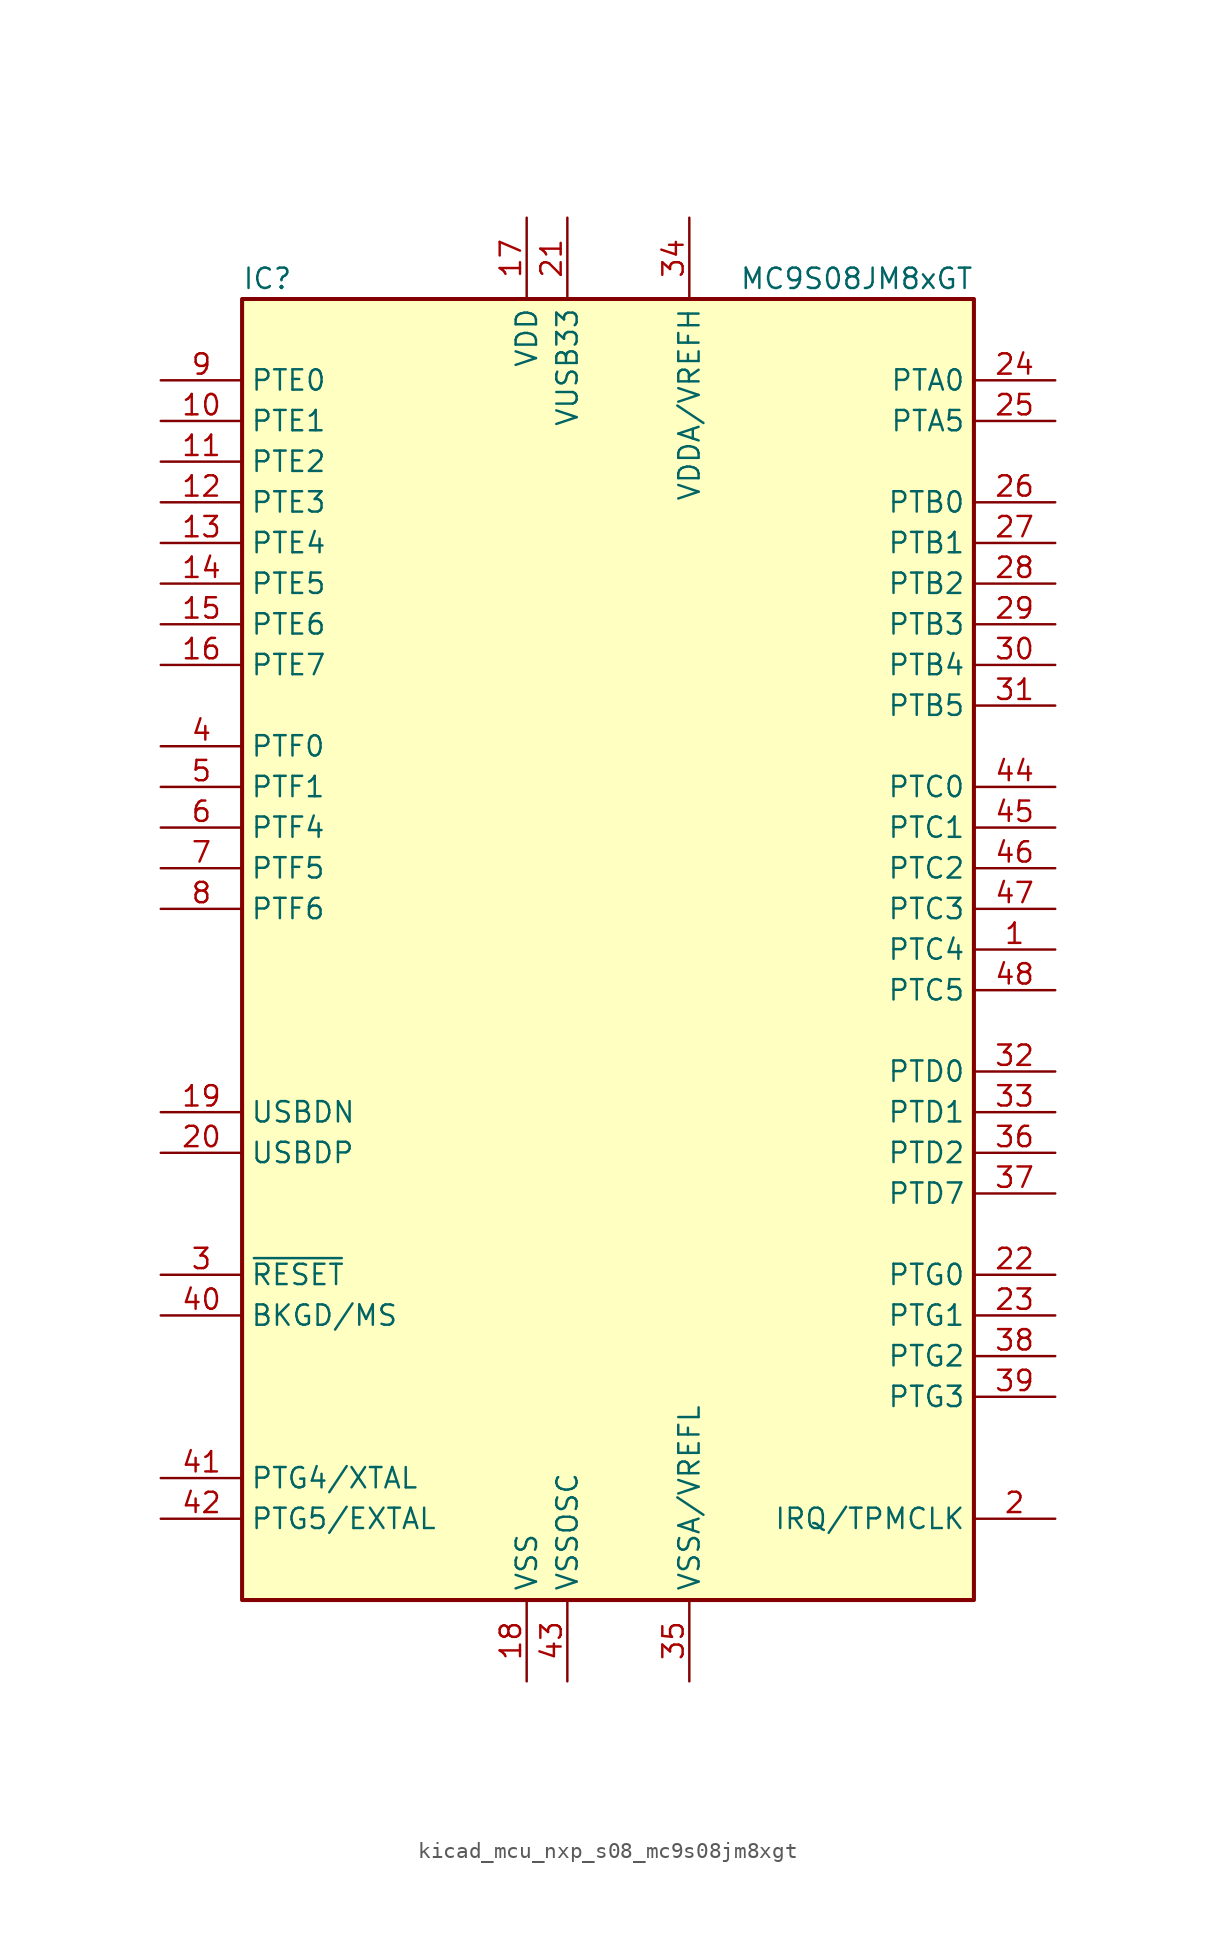
<source format=kicad_sym>
(kicad_symbol_lib
  (version 20220914)
  (generator kicad_symbol_editor)
  (symbol "kicad_mcu_nxp_s08_mc9s08jm8xgt"
    (property "Reference" "IC"
      (at -22.86 41.91 0)
      (effects (font (size 1.27 1.27)) (justify left)))
    (property "Value" "MC9S08JM8xGT"
      (at 22.86 41.91 0)
      (effects (font (size 1.27 1.27)) (justify right)))
    (symbol "kicad_mcu_nxp_s08_mc9s08jm8xgt_0_1"
      (rectangle (start -22.86 40.64) (end 22.86 -40.64) (stroke (width 0.254) (type default)) (fill (type background))))
    (symbol "kicad_mcu_nxp_s08_mc9s08jm8xgt_1_1"
      (pin bidirectional line (at 27.94 0 180) (length 5.08) (name "PTC4" (effects (font (size 1.27 1.27)))) (number "1" (effects (font (size 1.27 1.27)))))
      (pin bidirectional line (at -27.94 33.02 0) (length 5.08) (name "PTE1" (effects (font (size 1.27 1.27)))) (number "10" (effects (font (size 1.27 1.27)))))
      (pin bidirectional line (at -27.94 30.48 0) (length 5.08) (name "PTE2" (effects (font (size 1.27 1.27)))) (number "11" (effects (font (size 1.27 1.27)))))
      (pin bidirectional line (at -27.94 27.94 0) (length 5.08) (name "PTE3" (effects (font (size 1.27 1.27)))) (number "12" (effects (font (size 1.27 1.27)))))
      (pin bidirectional line (at -27.94 25.4 0) (length 5.08) (name "PTE4" (effects (font (size 1.27 1.27)))) (number "13" (effects (font (size 1.27 1.27)))))
      (pin bidirectional line (at -27.94 22.86 0) (length 5.08) (name "PTE5" (effects (font (size 1.27 1.27)))) (number "14" (effects (font (size 1.27 1.27)))))
      (pin bidirectional line (at -27.94 20.32 0) (length 5.08) (name "PTE6" (effects (font (size 1.27 1.27)))) (number "15" (effects (font (size 1.27 1.27)))))
      (pin bidirectional line (at -27.94 17.78 0) (length 5.08) (name "PTE7" (effects (font (size 1.27 1.27)))) (number "16" (effects (font (size 1.27 1.27)))))
      (pin power_in line (at -5.08 45.72 270) (length 5.08) (name "VDD" (effects (font (size 1.27 1.27)))) (number "17" (effects (font (size 1.27 1.27)))))
      (pin power_in line (at -5.08 -45.72 90) (length 5.08) (name "VSS" (effects (font (size 1.27 1.27)))) (number "18" (effects (font (size 1.27 1.27)))))
      (pin bidirectional line (at -27.94 -10.16 0) (length 5.08) (name "USBDN" (effects (font (size 1.27 1.27)))) (number "19" (effects (font (size 1.27 1.27)))))
      (pin bidirectional line (at 27.94 -35.56 180) (length 5.08) (name "IRQ/TPMCLK" (effects (font (size 1.27 1.27)))) (number "2" (effects (font (size 1.27 1.27)))))
      (pin bidirectional line (at -27.94 -12.7 0) (length 5.08) (name "USBDP" (effects (font (size 1.27 1.27)))) (number "20" (effects (font (size 1.27 1.27)))))
      (pin power_out line (at -2.54 45.72 270) (length 5.08) (name "VUSB33" (effects (font (size 1.27 1.27)))) (number "21" (effects (font (size 1.27 1.27)))))
      (pin bidirectional line (at 27.94 -20.32 180) (length 5.08) (name "PTG0" (effects (font (size 1.27 1.27)))) (number "22" (effects (font (size 1.27 1.27)))))
      (pin bidirectional line (at 27.94 -22.86 180) (length 5.08) (name "PTG1" (effects (font (size 1.27 1.27)))) (number "23" (effects (font (size 1.27 1.27)))))
      (pin bidirectional line (at 27.94 35.56 180) (length 5.08) (name "PTA0" (effects (font (size 1.27 1.27)))) (number "24" (effects (font (size 1.27 1.27)))))
      (pin bidirectional line (at 27.94 33.02 180) (length 5.08) (name "PTA5" (effects (font (size 1.27 1.27)))) (number "25" (effects (font (size 1.27 1.27)))))
      (pin bidirectional line (at 27.94 27.94 180) (length 5.08) (name "PTB0" (effects (font (size 1.27 1.27)))) (number "26" (effects (font (size 1.27 1.27)))))
      (pin bidirectional line (at 27.94 25.4 180) (length 5.08) (name "PTB1" (effects (font (size 1.27 1.27)))) (number "27" (effects (font (size 1.27 1.27)))))
      (pin bidirectional line (at 27.94 22.86 180) (length 5.08) (name "PTB2" (effects (font (size 1.27 1.27)))) (number "28" (effects (font (size 1.27 1.27)))))
      (pin bidirectional line (at 27.94 20.32 180) (length 5.08) (name "PTB3" (effects (font (size 1.27 1.27)))) (number "29" (effects (font (size 1.27 1.27)))))
      (pin input line (at -27.94 -20.32 0) (length 5.08) (name "~{RESET}" (effects (font (size 1.27 1.27)))) (number "3" (effects (font (size 1.27 1.27)))))
      (pin bidirectional line (at 27.94 17.78 180) (length 5.08) (name "PTB4" (effects (font (size 1.27 1.27)))) (number "30" (effects (font (size 1.27 1.27)))))
      (pin bidirectional line (at 27.94 15.24 180) (length 5.08) (name "PTB5" (effects (font (size 1.27 1.27)))) (number "31" (effects (font (size 1.27 1.27)))))
      (pin bidirectional line (at 27.94 -7.62 180) (length 5.08) (name "PTD0" (effects (font (size 1.27 1.27)))) (number "32" (effects (font (size 1.27 1.27)))))
      (pin bidirectional line (at 27.94 -10.16 180) (length 5.08) (name "PTD1" (effects (font (size 1.27 1.27)))) (number "33" (effects (font (size 1.27 1.27)))))
      (pin power_in line (at 5.08 45.72 270) (length 5.08) (name "VDDA/VREFH" (effects (font (size 1.27 1.27)))) (number "34" (effects (font (size 1.27 1.27)))))
      (pin power_in line (at 5.08 -45.72 90) (length 5.08) (name "VSSA/VREFL" (effects (font (size 1.27 1.27)))) (number "35" (effects (font (size 1.27 1.27)))))
      (pin bidirectional line (at 27.94 -12.7 180) (length 5.08) (name "PTD2" (effects (font (size 1.27 1.27)))) (number "36" (effects (font (size 1.27 1.27)))))
      (pin bidirectional line (at 27.94 -15.24 180) (length 5.08) (name "PTD7" (effects (font (size 1.27 1.27)))) (number "37" (effects (font (size 1.27 1.27)))))
      (pin bidirectional line (at 27.94 -25.4 180) (length 5.08) (name "PTG2" (effects (font (size 1.27 1.27)))) (number "38" (effects (font (size 1.27 1.27)))))
      (pin bidirectional line (at 27.94 -27.94 180) (length 5.08) (name "PTG3" (effects (font (size 1.27 1.27)))) (number "39" (effects (font (size 1.27 1.27)))))
      (pin bidirectional line (at -27.94 12.7 0) (length 5.08) (name "PTF0" (effects (font (size 1.27 1.27)))) (number "4" (effects (font (size 1.27 1.27)))))
      (pin bidirectional line (at -27.94 -22.86 0) (length 5.08) (name "BKGD/MS" (effects (font (size 1.27 1.27)))) (number "40" (effects (font (size 1.27 1.27)))))
      (pin bidirectional line (at -27.94 -33.02 0) (length 5.08) (name "PTG4/XTAL" (effects (font (size 1.27 1.27)))) (number "41" (effects (font (size 1.27 1.27)))))
      (pin bidirectional line (at -27.94 -35.56 0) (length 5.08) (name "PTG5/EXTAL" (effects (font (size 1.27 1.27)))) (number "42" (effects (font (size 1.27 1.27)))))
      (pin power_in line (at -2.54 -45.72 90) (length 5.08) (name "VSSOSC" (effects (font (size 1.27 1.27)))) (number "43" (effects (font (size 1.27 1.27)))))
      (pin bidirectional line (at 27.94 10.16 180) (length 5.08) (name "PTC0" (effects (font (size 1.27 1.27)))) (number "44" (effects (font (size 1.27 1.27)))))
      (pin bidirectional line (at 27.94 7.62 180) (length 5.08) (name "PTC1" (effects (font (size 1.27 1.27)))) (number "45" (effects (font (size 1.27 1.27)))))
      (pin bidirectional line (at 27.94 5.08 180) (length 5.08) (name "PTC2" (effects (font (size 1.27 1.27)))) (number "46" (effects (font (size 1.27 1.27)))))
      (pin bidirectional line (at 27.94 2.54 180) (length 5.08) (name "PTC3" (effects (font (size 1.27 1.27)))) (number "47" (effects (font (size 1.27 1.27)))))
      (pin bidirectional line (at 27.94 -2.54 180) (length 5.08) (name "PTC5" (effects (font (size 1.27 1.27)))) (number "48" (effects (font (size 1.27 1.27)))))
      (pin bidirectional line (at -27.94 10.16 0) (length 5.08) (name "PTF1" (effects (font (size 1.27 1.27)))) (number "5" (effects (font (size 1.27 1.27)))))
      (pin bidirectional line (at -27.94 7.62 0) (length 5.08) (name "PTF4" (effects (font (size 1.27 1.27)))) (number "6" (effects (font (size 1.27 1.27)))))
      (pin bidirectional line (at -27.94 5.08 0) (length 5.08) (name "PTF5" (effects (font (size 1.27 1.27)))) (number "7" (effects (font (size 1.27 1.27)))))
      (pin bidirectional line (at -27.94 2.54 0) (length 5.08) (name "PTF6" (effects (font (size 1.27 1.27)))) (number "8" (effects (font (size 1.27 1.27)))))
      (pin bidirectional line (at -27.94 35.56 0) (length 5.08) (name "PTE0" (effects (font (size 1.27 1.27)))) (number "9" (effects (font (size 1.27 1.27))))))))
</source>
